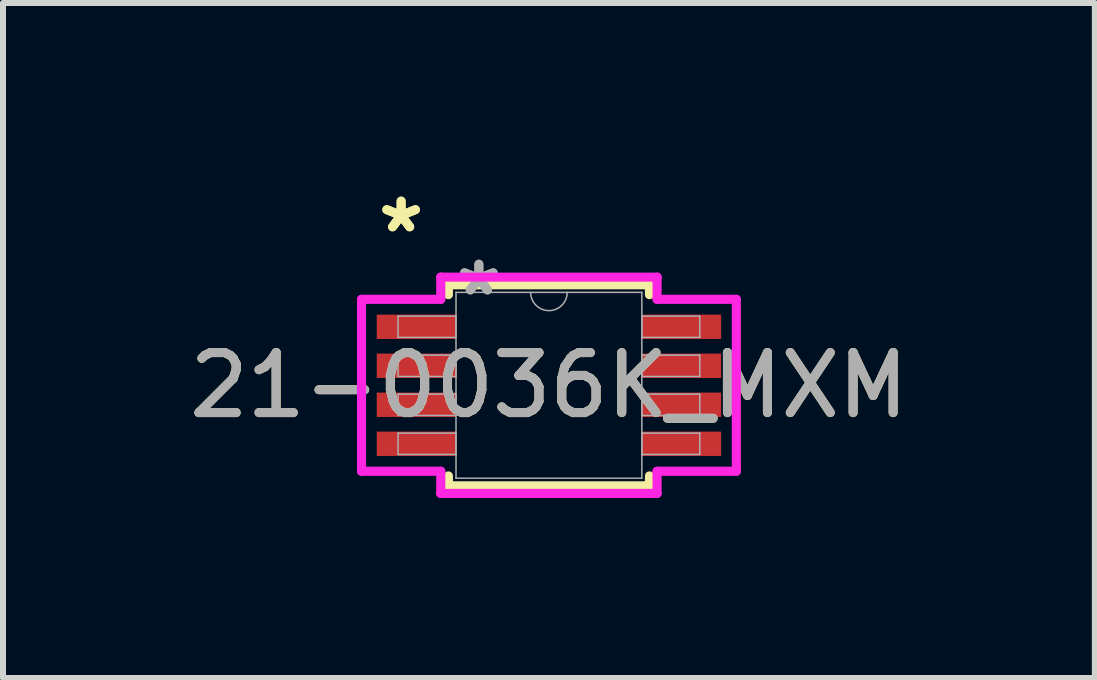
<source format=kicad_pcb>
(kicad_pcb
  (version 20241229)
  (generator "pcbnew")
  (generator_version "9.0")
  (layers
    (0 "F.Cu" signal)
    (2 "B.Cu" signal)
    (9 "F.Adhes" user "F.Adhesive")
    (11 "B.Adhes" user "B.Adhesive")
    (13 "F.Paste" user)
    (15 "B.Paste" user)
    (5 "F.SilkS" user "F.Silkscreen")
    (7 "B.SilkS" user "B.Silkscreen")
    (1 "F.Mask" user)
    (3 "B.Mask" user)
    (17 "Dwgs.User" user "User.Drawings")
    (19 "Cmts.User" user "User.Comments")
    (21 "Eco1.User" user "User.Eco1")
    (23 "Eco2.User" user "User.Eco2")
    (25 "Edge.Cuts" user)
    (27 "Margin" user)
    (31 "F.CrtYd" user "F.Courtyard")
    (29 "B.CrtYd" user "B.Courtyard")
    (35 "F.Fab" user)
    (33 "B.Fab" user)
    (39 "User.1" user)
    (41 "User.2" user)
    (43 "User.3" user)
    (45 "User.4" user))
  (footprint "21-0036K_MXM"
    (layer "F.Cu")
    (at 6.101 3.373)
    (property "Reference" "21-0036K_MXM" (at 0 0 0) (unlocked yes) (layer "F.SilkS") (effects (font (size 1 1) (thickness 0.15))))
    (attr smd)
    (fp_line (start -1.676 -1.676) (end -1.676 -1.511) (stroke (width 0.152) (type solid)) (layer "F.SilkS"))
    (fp_line (start -1.676 1.511) (end -1.676 1.676) (stroke (width 0.152) (type solid)) (layer "F.SilkS"))
    (fp_line (start -1.676 1.676) (end 1.676 1.676) (stroke (width 0.152) (type solid)) (layer "F.SilkS"))
    (fp_line (start 1.676 -1.676) (end -1.676 -1.676) (stroke (width 0.152) (type solid)) (layer "F.SilkS"))
    (fp_line (start 1.676 -1.511) (end 1.676 -1.676) (stroke (width 0.152) (type solid)) (layer "F.SilkS"))
    (fp_line (start 1.676 1.676) (end 1.676 1.511) (stroke (width 0.152) (type solid)) (layer "F.SilkS"))
    (fp_line (start -3.124 -1.433) (end -1.803 -1.433) (stroke (width 0.152) (type solid)) (layer "F.CrtYd"))
    (fp_line (start -3.124 1.433) (end -3.124 -1.433) (stroke (width 0.152) (type solid)) (layer "F.CrtYd"))
    (fp_line (start -3.124 1.433) (end -1.803 1.433) (stroke (width 0.152) (type solid)) (layer "F.CrtYd"))
    (fp_line (start -1.803 -1.803) (end 1.803 -1.803) (stroke (width 0.152) (type solid)) (layer "F.CrtYd"))
    (fp_line (start -1.803 -1.433) (end -1.803 -1.803) (stroke (width 0.152) (type solid)) (layer "F.CrtYd"))
    (fp_line (start -1.803 1.803) (end -1.803 1.433) (stroke (width 0.152) (type solid)) (layer "F.CrtYd"))
    (fp_line (start 1.803 -1.803) (end 1.803 -1.433) (stroke (width 0.152) (type solid)) (layer "F.CrtYd"))
    (fp_line (start 1.803 1.433) (end 1.803 1.803) (stroke (width 0.152) (type solid)) (layer "F.CrtYd"))
    (fp_line (start 1.803 1.803) (end -1.803 1.803) (stroke (width 0.152) (type solid)) (layer "F.CrtYd"))
    (fp_line (start 3.124 -1.433) (end 1.803 -1.433) (stroke (width 0.152) (type solid)) (layer "F.CrtYd"))
    (fp_line (start 3.124 -1.433) (end 3.124 1.433) (stroke (width 0.152) (type solid)) (layer "F.CrtYd"))
    (fp_line (start 3.124 1.433) (end 1.803 1.433) (stroke (width 0.152) (type solid)) (layer "F.CrtYd"))
    (fp_line (start -2.515 -1.153) (end -2.515 -0.798) (stroke (width 0.025) (type solid)) (layer "F.Fab"))
    (fp_line (start -2.515 -0.798) (end -1.549 -0.798) (stroke (width 0.025) (type solid)) (layer "F.Fab"))
    (fp_line (start -2.515 -0.503) (end -2.515 -0.147) (stroke (width 0.025) (type solid)) (layer "F.Fab"))
    (fp_line (start -2.515 -0.147) (end -1.549 -0.147) (stroke (width 0.025) (type solid)) (layer "F.Fab"))
    (fp_line (start -2.515 0.147) (end -2.515 0.503) (stroke (width 0.025) (type solid)) (layer "F.Fab"))
    (fp_line (start -2.515 0.503) (end -1.549 0.503) (stroke (width 0.025) (type solid)) (layer "F.Fab"))
    (fp_line (start -2.515 0.798) (end -2.515 1.153) (stroke (width 0.025) (type solid)) (layer "F.Fab"))
    (fp_line (start -2.515 1.153) (end -1.549 1.153) (stroke (width 0.025) (type solid)) (layer "F.Fab"))
    (fp_line (start -1.549 -1.549) (end -1.549 1.549) (stroke (width 0.025) (type solid)) (layer "F.Fab"))
    (fp_line (start -1.549 -1.153) (end -2.515 -1.153) (stroke (width 0.025) (type solid)) (layer "F.Fab"))
    (fp_line (start -1.549 -0.798) (end -1.549 -1.153) (stroke (width 0.025) (type solid)) (layer "F.Fab"))
    (fp_line (start -1.549 -0.503) (end -2.515 -0.503) (stroke (width 0.025) (type solid)) (layer "F.Fab"))
    (fp_line (start -1.549 -0.147) (end -1.549 -0.503) (stroke (width 0.025) (type solid)) (layer "F.Fab"))
    (fp_line (start -1.549 0.147) (end -2.515 0.147) (stroke (width 0.025) (type solid)) (layer "F.Fab"))
    (fp_line (start -1.549 0.503) (end -1.549 0.147) (stroke (width 0.025) (type solid)) (layer "F.Fab"))
    (fp_line (start -1.549 0.798) (end -2.515 0.798) (stroke (width 0.025) (type solid)) (layer "F.Fab"))
    (fp_line (start -1.549 1.153) (end -1.549 0.798) (stroke (width 0.025) (type solid)) (layer "F.Fab"))
    (fp_line (start -1.549 1.549) (end 1.549 1.549) (stroke (width 0.025) (type solid)) (layer "F.Fab"))
    (fp_line (start 1.549 -1.549) (end -1.549 -1.549) (stroke (width 0.025) (type solid)) (layer "F.Fab"))
    (fp_line (start 1.549 -1.153) (end 1.549 -0.798) (stroke (width 0.025) (type solid)) (layer "F.Fab"))
    (fp_line (start 1.549 -0.798) (end 2.515 -0.798) (stroke (width 0.025) (type solid)) (layer "F.Fab"))
    (fp_line (start 1.549 -0.503) (end 1.549 -0.147) (stroke (width 0.025) (type solid)) (layer "F.Fab"))
    (fp_line (start 1.549 -0.147) (end 2.515 -0.147) (stroke (width 0.025) (type solid)) (layer "F.Fab"))
    (fp_line (start 1.549 0.147) (end 1.549 0.503) (stroke (width 0.025) (type solid)) (layer "F.Fab"))
    (fp_line (start 1.549 0.503) (end 2.515 0.503) (stroke (width 0.025) (type solid)) (layer "F.Fab"))
    (fp_line (start 1.549 0.798) (end 1.549 1.153) (stroke (width 0.025) (type solid)) (layer "F.Fab"))
    (fp_line (start 1.549 1.153) (end 2.515 1.153) (stroke (width 0.025) (type solid)) (layer "F.Fab"))
    (fp_line (start 1.549 1.549) (end 1.549 -1.549) (stroke (width 0.025) (type solid)) (layer "F.Fab"))
    (fp_line (start 2.515 -1.153) (end 1.549 -1.153) (stroke (width 0.025) (type solid)) (layer "F.Fab"))
    (fp_line (start 2.515 -0.798) (end 2.515 -1.153) (stroke (width 0.025) (type solid)) (layer "F.Fab"))
    (fp_line (start 2.515 -0.503) (end 1.549 -0.503) (stroke (width 0.025) (type solid)) (layer "F.Fab"))
    (fp_line (start 2.515 -0.147) (end 2.515 -0.503) (stroke (width 0.025) (type solid)) (layer "F.Fab"))
    (fp_line (start 2.515 0.147) (end 1.549 0.147) (stroke (width 0.025) (type solid)) (layer "F.Fab"))
    (fp_line (start 2.515 0.503) (end 2.515 0.147) (stroke (width 0.025) (type solid)) (layer "F.Fab"))
    (fp_line (start 2.515 0.798) (end 1.549 0.798) (stroke (width 0.025) (type solid)) (layer "F.Fab"))
    (fp_line (start 2.515 1.153) (end 2.515 0.798) (stroke (width 0.025) (type solid)) (layer "F.Fab"))
    (fp_arc (start 0.3048 -1.5494) (mid 0 -1.2446) (end -0.3048 -1.5494) (stroke (width 0.0254) (type solid)) (layer "F.Fab"))
    (fp_text user "*" (at -2.464 -2.525 0) (layer "F.SilkS") (effects (font (size 1 1) (thickness 0.15))))
    (fp_text user "*" (at -2.464 -2.525 0) (unlocked yes) (layer "F.SilkS") (effects (font (size 1 1) (thickness 0.15))))
    (fp_text user "*" (at -1.168 -1.473 0) (layer "F.Fab") (effects (font (size 1 1) (thickness 0.15))))
    (fp_text user "*" (at -1.168 -1.473 0) (unlocked yes) (layer "F.Fab") (effects (font (size 1 1) (thickness 0.15))))
    (fp_text user "${REFERENCE}" (at 0 0 0) (unlocked yes) (layer "F.Fab") (effects (font (size 1 1) (thickness 0.15))))
    (pad "1" smd rect (at -2.21 -0.975) (size 1.321 0.406) (layers "F.Cu" "F.Mask" "F.Paste"))
    (pad "2" smd rect (at -2.21 -0.325) (size 1.321 0.406) (layers "F.Cu" "F.Mask" "F.Paste"))
    (pad "3" smd rect (at -2.21 0.325) (size 1.321 0.406) (layers "F.Cu" "F.Mask" "F.Paste"))
    (pad "4" smd rect (at -2.21 0.975) (size 1.321 0.406) (layers "F.Cu" "F.Mask" "F.Paste"))
    (pad "5" smd rect (at 2.21 0.975) (size 1.321 0.406) (layers "F.Cu" "F.Mask" "F.Paste"))
    (pad "6" smd rect (at 2.21 0.325) (size 1.321 0.406) (layers "F.Cu" "F.Mask" "F.Paste"))
    (pad "7" smd rect (at 2.21 -0.325) (size 1.321 0.406) (layers "F.Cu" "F.Mask" "F.Paste"))
    (pad "8" smd rect (at 2.21 -0.975) (size 1.321 0.406) (layers "F.Cu" "F.Mask" "F.Paste")))
  (gr_rect
    (start -3 -3)
    (end 15.202 8.253)
    (stroke (width 0.1) (type default))
    (fill no)
    (layer "Edge.Cuts")))
</source>
